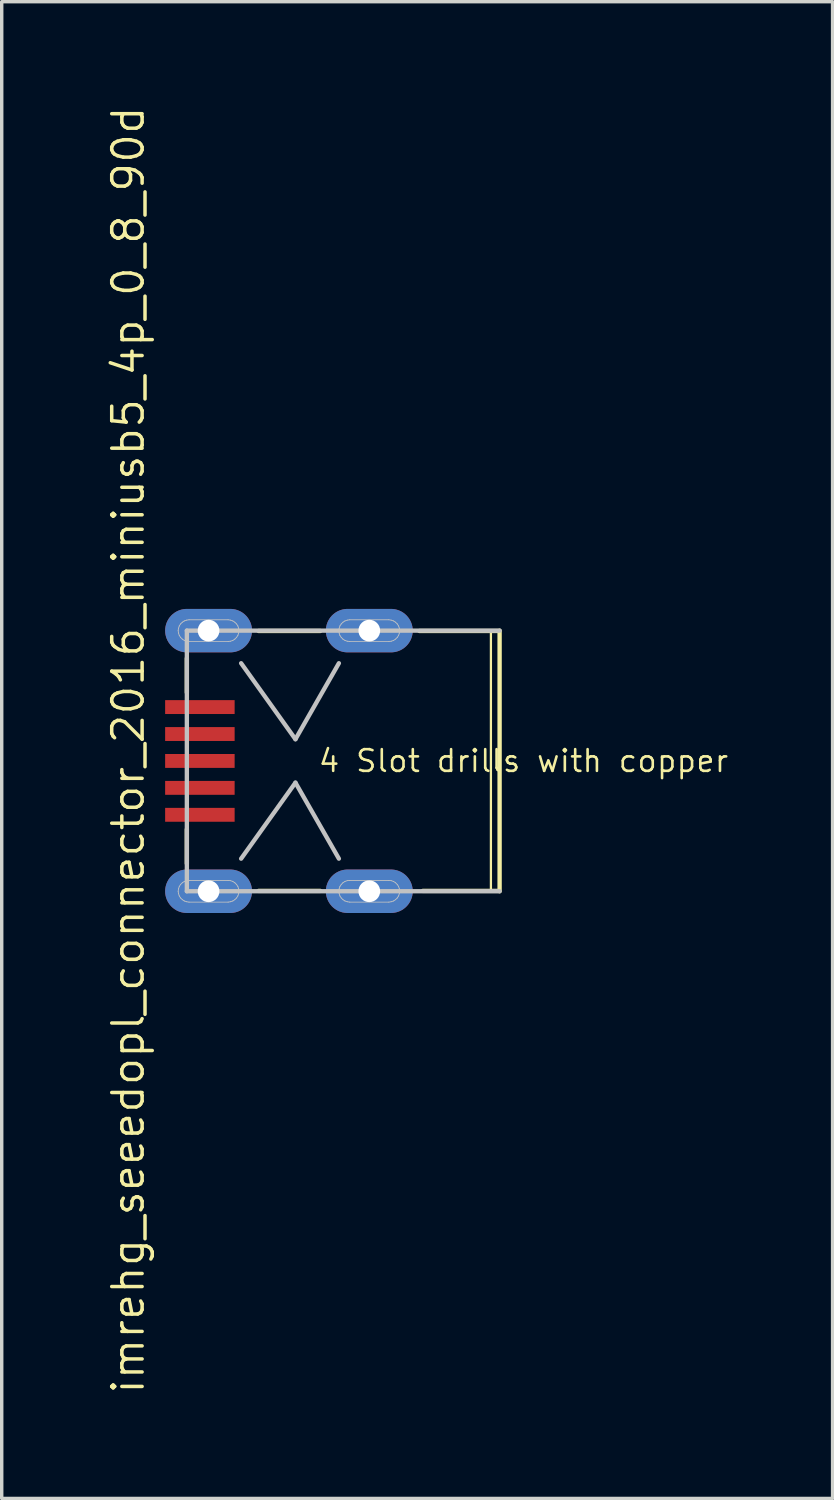
<source format=kicad_pcb>
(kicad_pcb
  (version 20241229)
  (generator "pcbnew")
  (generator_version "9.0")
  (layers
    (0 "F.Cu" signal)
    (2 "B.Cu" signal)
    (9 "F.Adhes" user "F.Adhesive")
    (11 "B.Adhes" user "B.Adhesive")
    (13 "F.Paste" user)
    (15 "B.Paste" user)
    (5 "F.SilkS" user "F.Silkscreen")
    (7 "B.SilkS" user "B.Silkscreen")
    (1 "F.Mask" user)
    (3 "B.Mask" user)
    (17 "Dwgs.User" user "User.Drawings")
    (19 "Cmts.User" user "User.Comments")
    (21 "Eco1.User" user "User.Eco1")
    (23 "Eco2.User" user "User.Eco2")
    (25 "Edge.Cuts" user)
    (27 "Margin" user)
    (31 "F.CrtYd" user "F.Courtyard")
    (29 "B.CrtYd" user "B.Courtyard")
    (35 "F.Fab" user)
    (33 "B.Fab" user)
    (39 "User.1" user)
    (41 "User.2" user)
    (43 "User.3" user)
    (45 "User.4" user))
  (footprint "imrehg_seeedopl_connector_2016_miniusb5_4p_0_8_90d"
    (layer "F.Cu")
    (at 2.413 19.198)
    (property "Reference" "imrehg_seeedopl_connector_2016_miniusb5_4p_0_8_90d" (at -1.714 -0.318 90) (layer "F.SilkS") (effects (font (size 0.889 0.889) (thickness 0.102))))
    (attr smd)
    (fp_line (start 0 -3.81) (end 8.89 -3.81) (stroke (width 0.066) (type solid)) (layer "F.SilkS"))
    (fp_line (start 0 -1.999) (end 0 -3) (stroke (width 0.127) (type solid)) (layer "F.SilkS"))
    (fp_line (start 0 1.999) (end 0 3) (stroke (width 0.127) (type solid)) (layer "F.SilkS"))
    (fp_line (start 0 3.81) (end 0 -3.81) (stroke (width 0.066) (type solid)) (layer "F.SilkS"))
    (fp_line (start 0 3.81) (end 8.89 3.81) (stroke (width 0.066) (type solid)) (layer "F.SilkS"))
    (fp_line (start 2.098 -3.8) (end 3.899 -3.8) (stroke (width 0.127) (type solid)) (layer "F.SilkS"))
    (fp_line (start 2.098 3.8) (end 3.899 3.8) (stroke (width 0.127) (type solid)) (layer "F.SilkS"))
    (fp_line (start 6.8 -3.8) (end 9.098 -3.8) (stroke (width 0.127) (type solid)) (layer "F.SilkS"))
    (fp_line (start 6.899 3.8) (end 9.098 3.8) (stroke (width 0.127) (type solid)) (layer "F.SilkS"))
    (fp_line (start 8.89 3.81) (end 8.89 -3.81) (stroke (width 0.066) (type solid)) (layer "F.SilkS"))
    (fp_line (start 9.144 -3.81) (end 9.144 3.81) (stroke (width 0.127) (type solid)) (layer "F.SilkS"))
    (fp_line (start -0.254 -3.81) (end -0.244 -3.879) (stroke (width 0.025) (type solid)) (layer "Dwgs.User"))
    (fp_line (start -0.254 3.81) (end -0.244 3.739) (stroke (width 0.025) (type solid)) (layer "Dwgs.User"))
    (fp_line (start -0.244 -3.879) (end -0.221 -3.947) (stroke (width 0.025) (type solid)) (layer "Dwgs.User"))
    (fp_line (start -0.244 -3.739) (end -0.254 -3.81) (stroke (width 0.025) (type solid)) (layer "Dwgs.User"))
    (fp_line (start -0.244 3.739) (end -0.221 3.67) (stroke (width 0.025) (type solid)) (layer "Dwgs.User"))
    (fp_line (start -0.244 3.879) (end -0.254 3.81) (stroke (width 0.025) (type solid)) (layer "Dwgs.User"))
    (fp_line (start -0.221 -3.947) (end -0.183 -4.006) (stroke (width 0.025) (type solid)) (layer "Dwgs.User"))
    (fp_line (start -0.221 -3.67) (end -0.244 -3.739) (stroke (width 0.025) (type solid)) (layer "Dwgs.User"))
    (fp_line (start -0.221 3.67) (end -0.183 3.612) (stroke (width 0.025) (type solid)) (layer "Dwgs.User"))
    (fp_line (start -0.221 3.947) (end -0.244 3.879) (stroke (width 0.025) (type solid)) (layer "Dwgs.User"))
    (fp_line (start -0.183 -4.006) (end -0.132 -4.056) (stroke (width 0.025) (type solid)) (layer "Dwgs.User"))
    (fp_line (start -0.183 -3.612) (end -0.221 -3.67) (stroke (width 0.025) (type solid)) (layer "Dwgs.User"))
    (fp_line (start -0.183 3.612) (end -0.132 3.561) (stroke (width 0.025) (type solid)) (layer "Dwgs.User"))
    (fp_line (start -0.183 4.006) (end -0.221 3.947) (stroke (width 0.025) (type solid)) (layer "Dwgs.User"))
    (fp_line (start -0.132 -4.056) (end -0.074 -4.094) (stroke (width 0.025) (type solid)) (layer "Dwgs.User"))
    (fp_line (start -0.132 -3.561) (end -0.183 -3.612) (stroke (width 0.025) (type solid)) (layer "Dwgs.User"))
    (fp_line (start -0.132 3.561) (end -0.074 3.523) (stroke (width 0.025) (type solid)) (layer "Dwgs.User"))
    (fp_line (start -0.132 4.056) (end -0.183 4.006) (stroke (width 0.025) (type solid)) (layer "Dwgs.User"))
    (fp_line (start -0.074 -4.094) (end -0.005 -4.117) (stroke (width 0.025) (type solid)) (layer "Dwgs.User"))
    (fp_line (start -0.074 -3.523) (end -0.132 -3.561) (stroke (width 0.025) (type solid)) (layer "Dwgs.User"))
    (fp_line (start -0.074 3.523) (end -0.005 3.5) (stroke (width 0.025) (type solid)) (layer "Dwgs.User"))
    (fp_line (start -0.074 4.094) (end -0.132 4.056) (stroke (width 0.025) (type solid)) (layer "Dwgs.User"))
    (fp_line (start -0.005 -4.117) (end 0.064 -4.128) (stroke (width 0.025) (type solid)) (layer "Dwgs.User"))
    (fp_line (start -0.005 -3.5) (end -0.074 -3.523) (stroke (width 0.025) (type solid)) (layer "Dwgs.User"))
    (fp_line (start -0.005 3.5) (end 0.064 3.493) (stroke (width 0.025) (type solid)) (layer "Dwgs.User"))
    (fp_line (start -0.005 4.117) (end -0.074 4.094) (stroke (width 0.025) (type solid)) (layer "Dwgs.User"))
    (fp_line (start 0 -3.81) (end 9.144 -3.81) (stroke (width 0.127) (type solid)) (layer "Dwgs.User"))
    (fp_line (start 0 3.81) (end 0 -3.81) (stroke (width 0.127) (type solid)) (layer "Dwgs.User"))
    (fp_line (start 0.064 -4.128) (end 1.206 -4.128) (stroke (width 0.025) (type solid)) (layer "Dwgs.User"))
    (fp_line (start 0.064 -3.493) (end -0.005 -3.5) (stroke (width 0.025) (type solid)) (layer "Dwgs.User"))
    (fp_line (start 0.064 3.493) (end 1.206 3.493) (stroke (width 0.025) (type solid)) (layer "Dwgs.User"))
    (fp_line (start 0.064 4.128) (end -0.005 4.117) (stroke (width 0.025) (type solid)) (layer "Dwgs.User"))
    (fp_line (start 1.206 -4.128) (end 1.275 -4.117) (stroke (width 0.025) (type solid)) (layer "Dwgs.User"))
    (fp_line (start 1.206 -3.493) (end 0.064 -3.493) (stroke (width 0.025) (type solid)) (layer "Dwgs.User"))
    (fp_line (start 1.206 3.493) (end 1.275 3.5) (stroke (width 0.025) (type solid)) (layer "Dwgs.User"))
    (fp_line (start 1.206 4.128) (end 0.064 4.128) (stroke (width 0.025) (type solid)) (layer "Dwgs.User"))
    (fp_line (start 1.275 -4.117) (end 1.344 -4.094) (stroke (width 0.025) (type solid)) (layer "Dwgs.User"))
    (fp_line (start 1.275 -3.5) (end 1.206 -3.493) (stroke (width 0.025) (type solid)) (layer "Dwgs.User"))
    (fp_line (start 1.275 3.5) (end 1.344 3.523) (stroke (width 0.025) (type solid)) (layer "Dwgs.User"))
    (fp_line (start 1.275 4.117) (end 1.206 4.128) (stroke (width 0.025) (type solid)) (layer "Dwgs.User"))
    (fp_line (start 1.344 -4.094) (end 1.402 -4.056) (stroke (width 0.025) (type solid)) (layer "Dwgs.User"))
    (fp_line (start 1.344 -3.523) (end 1.275 -3.5) (stroke (width 0.025) (type solid)) (layer "Dwgs.User"))
    (fp_line (start 1.344 3.523) (end 1.402 3.561) (stroke (width 0.025) (type solid)) (layer "Dwgs.User"))
    (fp_line (start 1.344 4.094) (end 1.275 4.117) (stroke (width 0.025) (type solid)) (layer "Dwgs.User"))
    (fp_line (start 1.402 -4.056) (end 1.453 -4.006) (stroke (width 0.025) (type solid)) (layer "Dwgs.User"))
    (fp_line (start 1.402 -3.561) (end 1.344 -3.523) (stroke (width 0.025) (type solid)) (layer "Dwgs.User"))
    (fp_line (start 1.402 3.561) (end 1.453 3.612) (stroke (width 0.025) (type solid)) (layer "Dwgs.User"))
    (fp_line (start 1.402 4.056) (end 1.344 4.094) (stroke (width 0.025) (type solid)) (layer "Dwgs.User"))
    (fp_line (start 1.453 -4.006) (end 1.491 -3.947) (stroke (width 0.025) (type solid)) (layer "Dwgs.User"))
    (fp_line (start 1.453 -3.612) (end 1.402 -3.561) (stroke (width 0.025) (type solid)) (layer "Dwgs.User"))
    (fp_line (start 1.453 3.612) (end 1.491 3.67) (stroke (width 0.025) (type solid)) (layer "Dwgs.User"))
    (fp_line (start 1.453 4.006) (end 1.402 4.056) (stroke (width 0.025) (type solid)) (layer "Dwgs.User"))
    (fp_line (start 1.491 -3.947) (end 1.514 -3.879) (stroke (width 0.025) (type solid)) (layer "Dwgs.User"))
    (fp_line (start 1.491 -3.67) (end 1.453 -3.612) (stroke (width 0.025) (type solid)) (layer "Dwgs.User"))
    (fp_line (start 1.491 3.67) (end 1.514 3.739) (stroke (width 0.025) (type solid)) (layer "Dwgs.User"))
    (fp_line (start 1.491 3.947) (end 1.453 4.006) (stroke (width 0.025) (type solid)) (layer "Dwgs.User"))
    (fp_line (start 1.514 -3.879) (end 1.524 -3.81) (stroke (width 0.025) (type solid)) (layer "Dwgs.User"))
    (fp_line (start 1.514 -3.739) (end 1.491 -3.67) (stroke (width 0.025) (type solid)) (layer "Dwgs.User"))
    (fp_line (start 1.514 3.739) (end 1.524 3.81) (stroke (width 0.025) (type solid)) (layer "Dwgs.User"))
    (fp_line (start 1.514 3.879) (end 1.491 3.947) (stroke (width 0.025) (type solid)) (layer "Dwgs.User"))
    (fp_line (start 1.524 -3.81) (end 1.514 -3.739) (stroke (width 0.025) (type solid)) (layer "Dwgs.User"))
    (fp_line (start 1.524 3.81) (end 1.514 3.879) (stroke (width 0.025) (type solid)) (layer "Dwgs.User"))
    (fp_line (start 3.175 -0.635) (end 1.587 -2.857) (stroke (width 0.127) (type solid)) (layer "Dwgs.User"))
    (fp_line (start 3.175 -0.635) (end 4.445 -2.857) (stroke (width 0.127) (type solid)) (layer "Dwgs.User"))
    (fp_line (start 3.175 0.635) (end 1.587 2.857) (stroke (width 0.127) (type solid)) (layer "Dwgs.User"))
    (fp_line (start 3.175 0.635) (end 4.445 2.857) (stroke (width 0.127) (type solid)) (layer "Dwgs.User"))
    (fp_line (start 4.445 -3.81) (end 4.453 -3.879) (stroke (width 0.025) (type solid)) (layer "Dwgs.User"))
    (fp_line (start 4.445 3.81) (end 4.453 3.739) (stroke (width 0.025) (type solid)) (layer "Dwgs.User"))
    (fp_line (start 4.453 -3.879) (end 4.475 -3.947) (stroke (width 0.025) (type solid)) (layer "Dwgs.User"))
    (fp_line (start 4.453 -3.739) (end 4.445 -3.81) (stroke (width 0.025) (type solid)) (layer "Dwgs.User"))
    (fp_line (start 4.453 3.739) (end 4.475 3.67) (stroke (width 0.025) (type solid)) (layer "Dwgs.User"))
    (fp_line (start 4.453 3.879) (end 4.445 3.81) (stroke (width 0.025) (type solid)) (layer "Dwgs.User"))
    (fp_line (start 4.475 -3.947) (end 4.514 -4.006) (stroke (width 0.025) (type solid)) (layer "Dwgs.User"))
    (fp_line (start 4.475 -3.67) (end 4.453 -3.739) (stroke (width 0.025) (type solid)) (layer "Dwgs.User"))
    (fp_line (start 4.475 3.67) (end 4.514 3.612) (stroke (width 0.025) (type solid)) (layer "Dwgs.User"))
    (fp_line (start 4.475 3.947) (end 4.453 3.879) (stroke (width 0.025) (type solid)) (layer "Dwgs.User"))
    (fp_line (start 4.514 -4.006) (end 4.564 -4.056) (stroke (width 0.025) (type solid)) (layer "Dwgs.User"))
    (fp_line (start 4.514 -3.612) (end 4.475 -3.67) (stroke (width 0.025) (type solid)) (layer "Dwgs.User"))
    (fp_line (start 4.514 3.612) (end 4.564 3.561) (stroke (width 0.025) (type solid)) (layer "Dwgs.User"))
    (fp_line (start 4.514 4.006) (end 4.475 3.947) (stroke (width 0.025) (type solid)) (layer "Dwgs.User"))
    (fp_line (start 4.564 -4.056) (end 4.623 -4.094) (stroke (width 0.025) (type solid)) (layer "Dwgs.User"))
    (fp_line (start 4.564 -3.561) (end 4.514 -3.612) (stroke (width 0.025) (type solid)) (layer "Dwgs.User"))
    (fp_line (start 4.564 3.561) (end 4.623 3.523) (stroke (width 0.025) (type solid)) (layer "Dwgs.User"))
    (fp_line (start 4.564 4.056) (end 4.514 4.006) (stroke (width 0.025) (type solid)) (layer "Dwgs.User"))
    (fp_line (start 4.623 -4.094) (end 4.691 -4.117) (stroke (width 0.025) (type solid)) (layer "Dwgs.User"))
    (fp_line (start 4.623 -3.523) (end 4.564 -3.561) (stroke (width 0.025) (type solid)) (layer "Dwgs.User"))
    (fp_line (start 4.623 3.523) (end 4.691 3.5) (stroke (width 0.025) (type solid)) (layer "Dwgs.User"))
    (fp_line (start 4.623 4.094) (end 4.564 4.056) (stroke (width 0.025) (type solid)) (layer "Dwgs.User"))
    (fp_line (start 4.691 -4.117) (end 4.763 -4.128) (stroke (width 0.025) (type solid)) (layer "Dwgs.User"))
    (fp_line (start 4.691 -3.5) (end 4.623 -3.523) (stroke (width 0.025) (type solid)) (layer "Dwgs.User"))
    (fp_line (start 4.691 3.5) (end 4.763 3.493) (stroke (width 0.025) (type solid)) (layer "Dwgs.User"))
    (fp_line (start 4.691 4.117) (end 4.623 4.094) (stroke (width 0.025) (type solid)) (layer "Dwgs.User"))
    (fp_line (start 4.763 -4.128) (end 5.905 -4.128) (stroke (width 0.025) (type solid)) (layer "Dwgs.User"))
    (fp_line (start 4.763 -3.493) (end 4.691 -3.5) (stroke (width 0.025) (type solid)) (layer "Dwgs.User"))
    (fp_line (start 4.763 3.493) (end 5.905 3.493) (stroke (width 0.025) (type solid)) (layer "Dwgs.User"))
    (fp_line (start 4.763 4.128) (end 4.691 4.117) (stroke (width 0.025) (type solid)) (layer "Dwgs.User"))
    (fp_line (start 5.905 -4.128) (end 5.974 -4.117) (stroke (width 0.025) (type solid)) (layer "Dwgs.User"))
    (fp_line (start 5.905 -3.493) (end 4.763 -3.493) (stroke (width 0.025) (type solid)) (layer "Dwgs.User"))
    (fp_line (start 5.905 3.493) (end 5.974 3.5) (stroke (width 0.025) (type solid)) (layer "Dwgs.User"))
    (fp_line (start 5.905 4.128) (end 4.763 4.128) (stroke (width 0.025) (type solid)) (layer "Dwgs.User"))
    (fp_line (start 5.974 -4.117) (end 6.043 -4.094) (stroke (width 0.025) (type solid)) (layer "Dwgs.User"))
    (fp_line (start 5.974 -3.5) (end 5.905 -3.493) (stroke (width 0.025) (type solid)) (layer "Dwgs.User"))
    (fp_line (start 5.974 3.5) (end 6.043 3.523) (stroke (width 0.025) (type solid)) (layer "Dwgs.User"))
    (fp_line (start 5.974 4.117) (end 5.905 4.128) (stroke (width 0.025) (type solid)) (layer "Dwgs.User"))
    (fp_line (start 6.043 -4.094) (end 6.101 -4.056) (stroke (width 0.025) (type solid)) (layer "Dwgs.User"))
    (fp_line (start 6.043 -3.523) (end 5.974 -3.5) (stroke (width 0.025) (type solid)) (layer "Dwgs.User"))
    (fp_line (start 6.043 3.523) (end 6.101 3.561) (stroke (width 0.025) (type solid)) (layer "Dwgs.User"))
    (fp_line (start 6.043 4.094) (end 5.974 4.117) (stroke (width 0.025) (type solid)) (layer "Dwgs.User"))
    (fp_line (start 6.101 -4.056) (end 6.152 -4.006) (stroke (width 0.025) (type solid)) (layer "Dwgs.User"))
    (fp_line (start 6.101 -3.561) (end 6.043 -3.523) (stroke (width 0.025) (type solid)) (layer "Dwgs.User"))
    (fp_line (start 6.101 3.561) (end 6.152 3.612) (stroke (width 0.025) (type solid)) (layer "Dwgs.User"))
    (fp_line (start 6.101 4.056) (end 6.043 4.094) (stroke (width 0.025) (type solid)) (layer "Dwgs.User"))
    (fp_line (start 6.152 -4.006) (end 6.19 -3.947) (stroke (width 0.025) (type solid)) (layer "Dwgs.User"))
    (fp_line (start 6.152 -3.612) (end 6.101 -3.561) (stroke (width 0.025) (type solid)) (layer "Dwgs.User"))
    (fp_line (start 6.152 3.612) (end 6.19 3.67) (stroke (width 0.025) (type solid)) (layer "Dwgs.User"))
    (fp_line (start 6.152 4.006) (end 6.101 4.056) (stroke (width 0.025) (type solid)) (layer "Dwgs.User"))
    (fp_line (start 6.19 -3.947) (end 6.213 -3.879) (stroke (width 0.025) (type solid)) (layer "Dwgs.User"))
    (fp_line (start 6.19 -3.67) (end 6.152 -3.612) (stroke (width 0.025) (type solid)) (layer "Dwgs.User"))
    (fp_line (start 6.19 3.67) (end 6.213 3.739) (stroke (width 0.025) (type solid)) (layer "Dwgs.User"))
    (fp_line (start 6.19 3.947) (end 6.152 4.006) (stroke (width 0.025) (type solid)) (layer "Dwgs.User"))
    (fp_line (start 6.213 -3.879) (end 6.223 -3.81) (stroke (width 0.025) (type solid)) (layer "Dwgs.User"))
    (fp_line (start 6.213 -3.739) (end 6.19 -3.67) (stroke (width 0.025) (type solid)) (layer "Dwgs.User"))
    (fp_line (start 6.213 3.739) (end 6.223 3.81) (stroke (width 0.025) (type solid)) (layer "Dwgs.User"))
    (fp_line (start 6.213 3.879) (end 6.19 3.947) (stroke (width 0.025) (type solid)) (layer "Dwgs.User"))
    (fp_line (start 6.223 -3.81) (end 6.213 -3.739) (stroke (width 0.025) (type solid)) (layer "Dwgs.User"))
    (fp_line (start 6.223 3.81) (end 6.213 3.879) (stroke (width 0.025) (type solid)) (layer "Dwgs.User"))
    (fp_line (start 9.144 3.81) (end 0 3.81) (stroke (width 0.127) (type solid)) (layer "Dwgs.User"))
    (fp_text user "4 Slot drills with copper" (at 9.842 0 0) (layer "F.SilkS") (effects (font (size 0.635 0.635) (thickness 0.076))))
    (pad "1" smd rect (at 0.381 1.575) (size 2.032 0.406) (layers "F.Cu" "F.Mask" "F.Paste"))
    (pad "2" smd rect (at 0.381 0.787) (size 2.032 0.406) (layers "F.Cu" "F.Mask" "F.Paste"))
    (pad "3" smd rect (at 0.381 0) (size 2.032 0.406) (layers "F.Cu" "F.Mask" "F.Paste"))
    (pad "4" smd rect (at 0.381 -0.787) (size 2.032 0.406) (layers "F.Cu" "F.Mask" "F.Paste"))
    (pad "5" smd rect (at 0.381 -1.575) (size 2.032 0.406) (layers "F.Cu" "F.Mask" "F.Paste"))
    (pad "GND@" thru_hole oval (at 0.635 -3.81 90) (size 1.27 2.54) (drill 0.635) (layers "*.Cu" "*.Paste" "*.Mask"))
    (pad "GND@" thru_hole oval (at 0.635 3.81 90) (size 1.27 2.54) (drill 0.635) (layers "*.Cu" "*.Paste" "*.Mask"))
    (pad "GND@" thru_hole oval (at 5.334 -3.81 90) (size 1.27 2.54) (drill 0.635) (layers "*.Cu" "*.Paste" "*.Mask"))
    (pad "GND@" thru_hole oval (at 5.334 3.81 90) (size 1.27 2.54) (drill 0.635) (layers "*.Cu" "*.Paste" "*.Mask")))
  (gr_rect
    (start -3 -3)
    (end 21.293 40.761)
    (stroke (width 0.1) (type default))
    (fill no)
    (layer "Edge.Cuts")))
</source>
